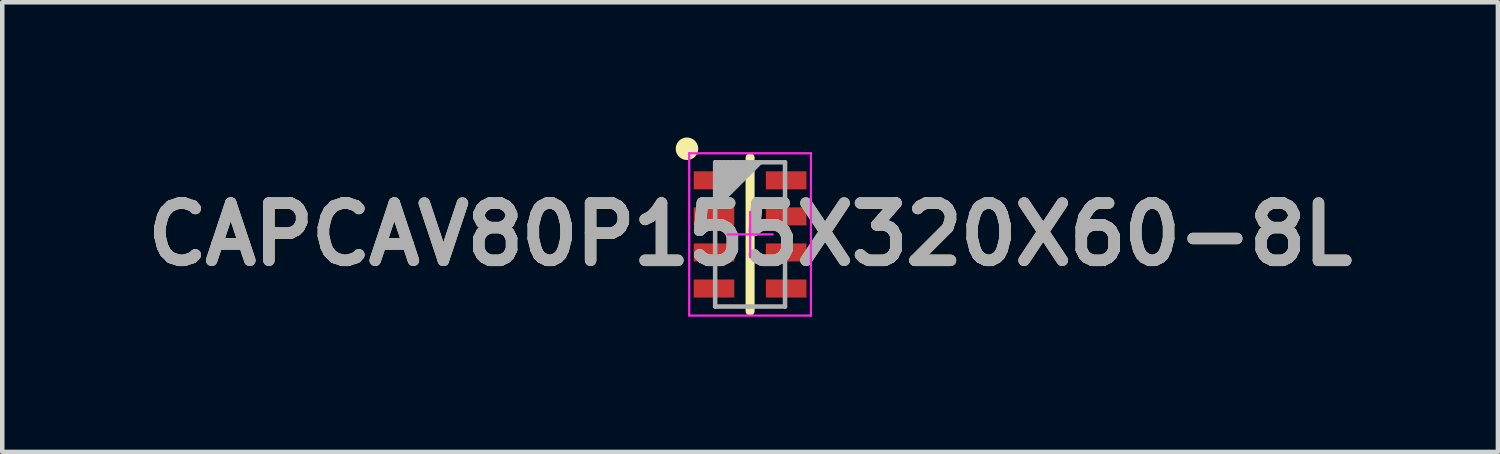
<source format=kicad_pcb>
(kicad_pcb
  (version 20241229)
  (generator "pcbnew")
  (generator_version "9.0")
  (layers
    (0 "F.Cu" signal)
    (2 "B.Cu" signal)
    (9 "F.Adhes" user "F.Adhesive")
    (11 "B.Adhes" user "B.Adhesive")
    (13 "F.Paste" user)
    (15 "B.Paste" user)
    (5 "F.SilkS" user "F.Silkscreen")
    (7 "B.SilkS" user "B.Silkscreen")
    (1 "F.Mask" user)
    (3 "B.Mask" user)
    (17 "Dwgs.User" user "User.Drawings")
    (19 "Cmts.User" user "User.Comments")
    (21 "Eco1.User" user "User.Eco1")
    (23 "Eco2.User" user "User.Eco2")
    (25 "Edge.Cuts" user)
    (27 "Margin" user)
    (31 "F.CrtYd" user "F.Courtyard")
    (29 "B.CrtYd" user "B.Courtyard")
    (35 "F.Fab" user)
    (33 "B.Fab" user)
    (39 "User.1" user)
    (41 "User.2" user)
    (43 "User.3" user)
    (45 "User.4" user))
  (footprint "CAPCAV80P155X320X60-8L"
    (layer "F.Cu")
    (at 13.589 2.15)
    (property "Reference" "CAPCAV80P155X320X60-8L" (at 0 0 0) (layer "F.SilkS") (effects (font (size 1.27 1.27) (thickness 0.254))))
    (attr smd)
    (fp_line (start 0 1.7) (end 0 -1.7) (stroke (width 0.2) (type solid)) (layer "F.SilkS"))
    (fp_circle (center -1.4 -1.9) (end -1.4 -1.775) (stroke (width 0.25) (type solid)) (fill no) (layer "F.SilkS"))
    (fp_line (start -1.35 -1.8) (end -1.35 1.8) (stroke (width 0.05) (type solid)) (layer "F.CrtYd"))
    (fp_line (start -1.35 1.8) (end 1.35 1.8) (stroke (width 0.05) (type solid)) (layer "F.CrtYd"))
    (fp_line (start -0.9 -1.7) (end -0.9 1.7) (stroke (width 0.001) (type solid)) (layer "F.CrtYd"))
    (fp_line (start -0.9 1.7) (end 0.9 1.7) (stroke (width 0.001) (type solid)) (layer "F.CrtYd"))
    (fp_line (start -0.5 0) (end 0.5 0) (stroke (width 0.05) (type solid)) (layer "F.CrtYd"))
    (fp_line (start 0 0.5) (end 0 -0.5) (stroke (width 0.05) (type solid)) (layer "F.CrtYd"))
    (fp_line (start 0.9 -1.7) (end -0.9 -1.7) (stroke (width 0.001) (type solid)) (layer "F.CrtYd"))
    (fp_line (start 0.9 1.7) (end 0.9 -1.7) (stroke (width 0.001) (type solid)) (layer "F.CrtYd"))
    (fp_line (start 1.35 -1.8) (end -1.35 -1.8) (stroke (width 0.05) (type solid)) (layer "F.CrtYd"))
    (fp_line (start 1.35 1.8) (end 1.35 -1.8) (stroke (width 0.05) (type solid)) (layer "F.CrtYd"))
    (fp_line (start -0.775 -1.6) (end -0.775 1.6) (stroke (width 0.1) (type solid)) (layer "F.Fab"))
    (fp_line (start -0.775 1.6) (end 0.775 1.6) (stroke (width 0.1) (type solid)) (layer "F.Fab"))
    (fp_line (start -0.675 -1.6) (end -0.775 -1.5) (stroke (width 0.1) (type solid)) (layer "F.Fab"))
    (fp_line (start -0.575 -1.6) (end -0.775 -1.4) (stroke (width 0.1) (type solid)) (layer "F.Fab"))
    (fp_line (start -0.475 -1.6) (end -0.775 -1.3) (stroke (width 0.1) (type solid)) (layer "F.Fab"))
    (fp_line (start -0.375 -1.6) (end -0.775 -1.2) (stroke (width 0.1) (type solid)) (layer "F.Fab"))
    (fp_line (start -0.275 -1.6) (end -0.775 -1.1) (stroke (width 0.1) (type solid)) (layer "F.Fab"))
    (fp_line (start -0.175 -1.6) (end -0.775 -1) (stroke (width 0.1) (type solid)) (layer "F.Fab"))
    (fp_line (start -0.075 -1.6) (end -0.775 -0.9) (stroke (width 0.1) (type solid)) (layer "F.Fab"))
    (fp_line (start 0.025 -1.6) (end -0.775 -0.8) (stroke (width 0.1) (type solid)) (layer "F.Fab"))
    (fp_line (start 0.125 -1.6) (end -0.775 -0.7) (stroke (width 0.1) (type solid)) (layer "F.Fab"))
    (fp_line (start 0.225 -1.6) (end -0.775 -0.6) (stroke (width 0.1) (type solid)) (layer "F.Fab"))
    (fp_line (start 0.775 -1.6) (end -0.775 -1.6) (stroke (width 0.1) (type solid)) (layer "F.Fab"))
    (fp_line (start 0.775 1.6) (end 0.775 -1.6) (stroke (width 0.1) (type solid)) (layer "F.Fab"))
    (fp_text user "${REFERENCE}" (at 0 0 0) (layer "F.Fab") (effects (font (size 1.27 1.27) (thickness 0.254))))
    (pad "1" smd rect (at -0.8 -1.2 90) (size 0.4 0.9) (layers "F.Cu" "F.Mask" "F.Paste"))
    (pad "2" smd rect (at 0.8 -1.2 90) (size 0.4 0.9) (layers "F.Cu" "F.Mask" "F.Paste"))
    (pad "3" smd rect (at -0.8 -0.4 90) (size 0.4 0.9) (layers "F.Cu" "F.Mask" "F.Paste"))
    (pad "4" smd rect (at 0.8 -0.4 90) (size 0.4 0.9) (layers "F.Cu" "F.Mask" "F.Paste"))
    (pad "5" smd rect (at -0.8 0.4 90) (size 0.4 0.9) (layers "F.Cu" "F.Mask" "F.Paste"))
    (pad "6" smd rect (at 0.8 0.4 90) (size 0.4 0.9) (layers "F.Cu" "F.Mask" "F.Paste"))
    (pad "7" smd rect (at -0.8 1.2 90) (size 0.4 0.9) (layers "F.Cu" "F.Mask" "F.Paste"))
    (pad "8" smd rect (at 0.8 1.2 90) (size 0.4 0.9) (layers "F.Cu" "F.Mask" "F.Paste")))
  (gr_rect
    (start -3 -3)
    (end 30.178 6.975)
    (stroke (width 0.1) (type default))
    (fill no)
    (layer "Edge.Cuts")))
</source>
